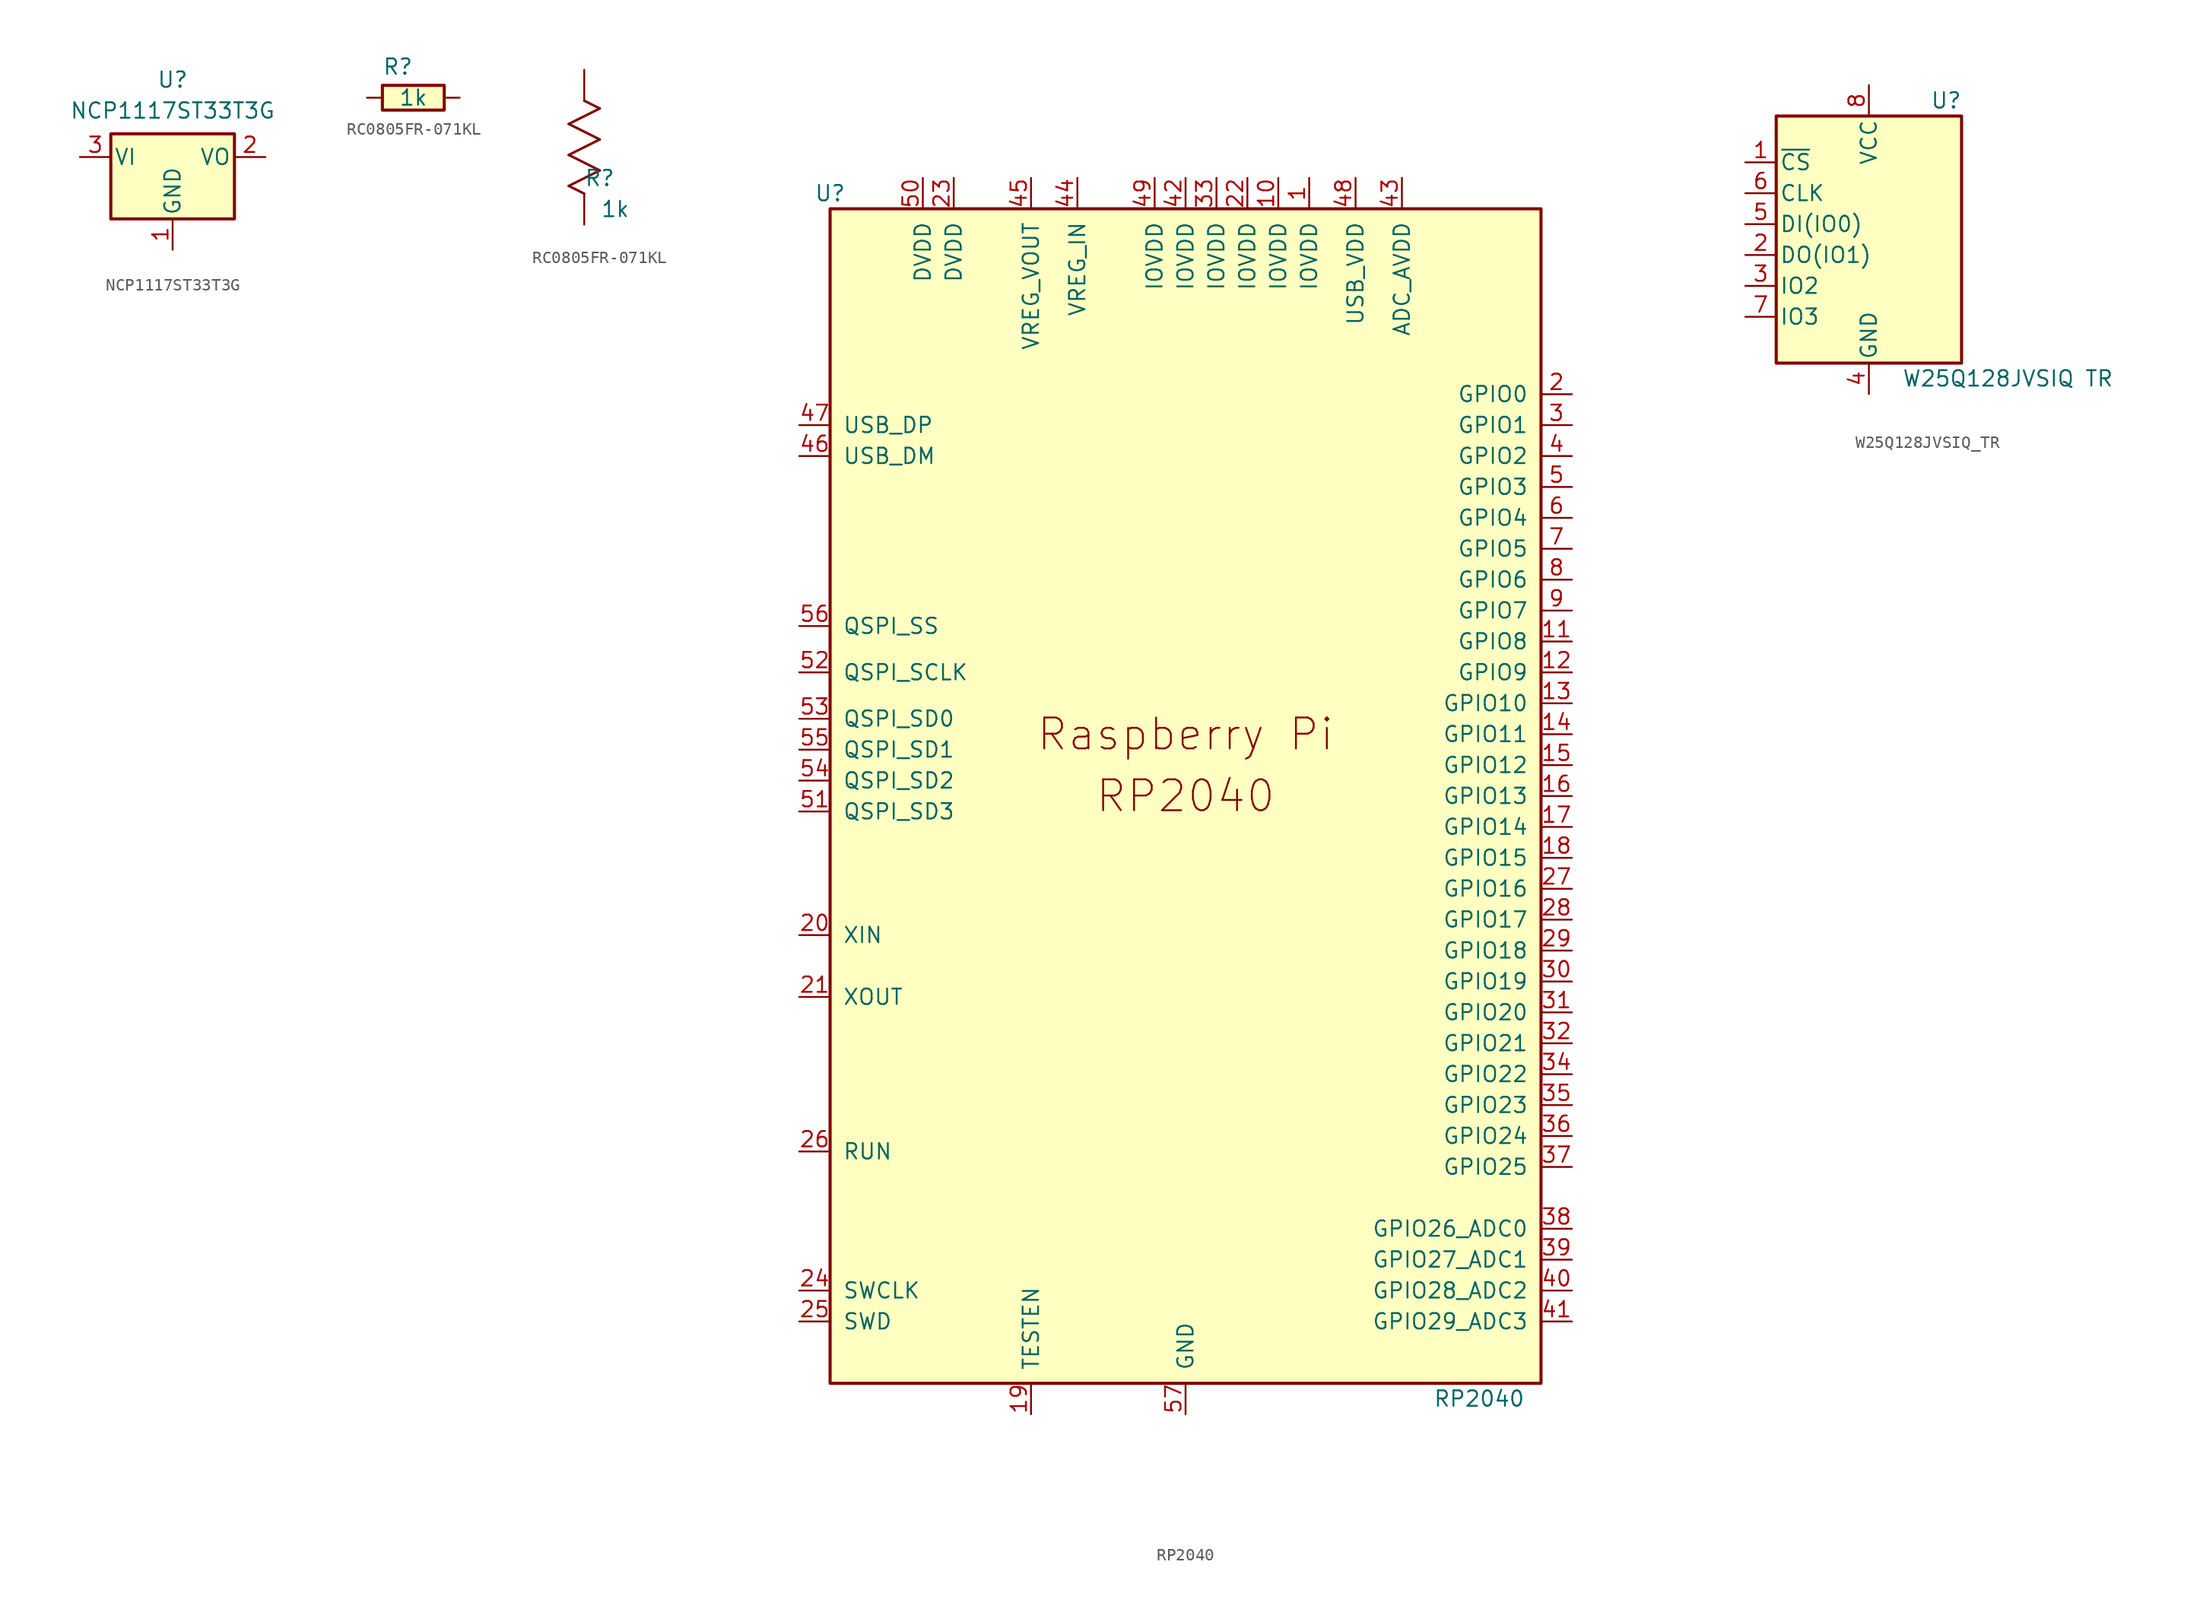
<source format=kicad_sym>
(kicad_symbol_lib
  (version 20220914)
  (generator kicad_symbol_editor)
  (symbol "NCP1117ST33T3G"
    (pin_names
      (offset 0.254))
    (property "Reference" "U"
      (at 35.56 5.08 0)
      (effects (font (size 1.27 1.27))))
    (property "Value" "NCP1117ST33T3G"
      (at 35.56 2.54 0)
      (effects (font (size 1.27 1.27))))
    (symbol "NCP1117ST33T3G_0_1"
      (rectangle (start 30.48 -6.35) (end 40.64 0.635) (stroke (width 0.254) (type default)) (fill (type background))))
    (symbol "NCP1117ST33T3G_1_1"
      (pin power_in line (at 35.56 -8.89 90) (length 2.54) (name "GND" (effects (font (size 1.27 1.27)))) (number "1" (effects (font (size 1.27 1.27)))))
      (pin power_out line (at 43.18 -1.27 180) (length 2.54) (name "VO" (effects (font (size 1.27 1.27)))) (number "2" (effects (font (size 1.27 1.27)))))
      (pin power_in line (at 27.94 -1.27 0) (length 2.54) (name "VI" (effects (font (size 1.27 1.27)))) (number "3" (effects (font (size 1.27 1.27)))))))
  (symbol "RC0805FR-071KL"
    (pin_numbers hide)
    (pin_names
      (offset 0) hide)
    (property "Reference" "R"
      (at 1.27 3.81 0)
      (effects (font (size 1.27 1.27))))
    (property "Value" "1k"
      (at 2.54 1.27 0)
      (effects (font (size 1.27 1.27))))
    (symbol "RC0805FR-071KL_1_1"
      (rectangle (start 0 2.286) (end 5.08 0.254) (stroke (width 0.254) (type default)) (fill (type background)))
      (pin passive line (at -1.27 1.27 0) (length 1.27) (name "~" (effects (font (size 1.27 1.27)))) (number "1" (effects (font (size 1.27 1.27)))))
      (pin passive line (at 6.35 1.27 180) (length 1.27) (name "~" (effects (font (size 1.27 1.27)))) (number "2" (effects (font (size 1.27 1.27))))))
    (symbol "RC0805FR-071KL_1_2"
      (polyline (pts (xy -1.27 3.175) (xy 1.27 4.445)) (stroke (width 0.203) (type default)) (fill (type none)))
      (polyline (pts (xy -1.27 5.715) (xy 1.27 6.985)) (stroke (width 0.203) (type default)) (fill (type none)))
      (polyline (pts (xy -1.27 8.255) (xy 1.27 9.525)) (stroke (width 0.203) (type default)) (fill (type none)))
      (polyline (pts (xy 0 2.54) (xy -1.27 3.175)) (stroke (width 0.203) (type default)) (fill (type none)))
      (polyline (pts (xy 1.27 4.445) (xy -1.27 5.715)) (stroke (width 0.203) (type default)) (fill (type none)))
      (polyline (pts (xy 1.27 6.985) (xy -1.27 8.255)) (stroke (width 0.203) (type default)) (fill (type none)))
      (polyline (pts (xy 1.27 9.525) (xy 0 10.16)) (stroke (width 0.203) (type default)) (fill (type none)))
      (pin unspecified line (at 0 12.7 270) (length 2.54) (name "" (effects (font (size 1.27 1.27)))) (number "1" (effects (font (size 1.27 1.27)))))
      (pin unspecified line (at 0 0 90) (length 2.54) (name "" (effects (font (size 1.27 1.27)))) (number "2" (effects (font (size 1.27 1.27)))))))
  (symbol "RP2040"
    (pin_names
      (offset 1.016))
    (property "Reference" "U"
      (at -29.21 49.53 0)
      (effects (font (size 1.27 1.27))))
    (property "Value" "RP2040"
      (at 24.13 -49.53 0)
      (effects (font (size 1.27 1.27))))
    (symbol "RP2040_0_0"
      (text "Raspberry Pi" (at 0 5.08 0) (effects (font (size 2.54 2.54))))
      (text "RP2040" (at 0 0 0) (effects (font (size 2.54 2.54)))))
    (symbol "RP2040_0_1"
      (rectangle (start -29.21 48.26) (end 29.21 -48.26) (stroke (width 0.254) (type solid)) (fill (type background))))
    (symbol "RP2040_1_1"
      (pin power_in line (at 10.16 50.8 270) (length 2.54) (name "IOVDD" (effects (font (size 1.27 1.27)))) (number "1" (effects (font (size 1.27 1.27)))))
      (pin power_in line (at 7.62 50.8 270) (length 2.54) (name "IOVDD" (effects (font (size 1.27 1.27)))) (number "10" (effects (font (size 1.27 1.27)))))
      (pin bidirectional line (at 31.75 12.7 180) (length 2.54) (name "GPIO8" (effects (font (size 1.27 1.27)))) (number "11" (effects (font (size 1.27 1.27)))))
      (pin bidirectional line (at 31.75 10.16 180) (length 2.54) (name "GPIO9" (effects (font (size 1.27 1.27)))) (number "12" (effects (font (size 1.27 1.27)))))
      (pin bidirectional line (at 31.75 7.62 180) (length 2.54) (name "GPIO10" (effects (font (size 1.27 1.27)))) (number "13" (effects (font (size 1.27 1.27)))))
      (pin bidirectional line (at 31.75 5.08 180) (length 2.54) (name "GPIO11" (effects (font (size 1.27 1.27)))) (number "14" (effects (font (size 1.27 1.27)))))
      (pin bidirectional line (at 31.75 2.54 180) (length 2.54) (name "GPIO12" (effects (font (size 1.27 1.27)))) (number "15" (effects (font (size 1.27 1.27)))))
      (pin bidirectional line (at 31.75 0 180) (length 2.54) (name "GPIO13" (effects (font (size 1.27 1.27)))) (number "16" (effects (font (size 1.27 1.27)))))
      (pin bidirectional line (at 31.75 -2.54 180) (length 2.54) (name "GPIO14" (effects (font (size 1.27 1.27)))) (number "17" (effects (font (size 1.27 1.27)))))
      (pin bidirectional line (at 31.75 -5.08 180) (length 2.54) (name "GPIO15" (effects (font (size 1.27 1.27)))) (number "18" (effects (font (size 1.27 1.27)))))
      (pin passive line (at -12.7 -50.8 90) (length 2.54) (name "TESTEN" (effects (font (size 1.27 1.27)))) (number "19" (effects (font (size 1.27 1.27)))))
      (pin bidirectional line (at 31.75 33.02 180) (length 2.54) (name "GPIO0" (effects (font (size 1.27 1.27)))) (number "2" (effects (font (size 1.27 1.27)))))
      (pin input line (at -31.75 -11.43 0) (length 2.54) (name "XIN" (effects (font (size 1.27 1.27)))) (number "20" (effects (font (size 1.27 1.27)))))
      (pin passive line (at -31.75 -16.51 0) (length 2.54) (name "XOUT" (effects (font (size 1.27 1.27)))) (number "21" (effects (font (size 1.27 1.27)))))
      (pin power_in line (at 5.08 50.8 270) (length 2.54) (name "IOVDD" (effects (font (size 1.27 1.27)))) (number "22" (effects (font (size 1.27 1.27)))))
      (pin power_in line (at -19.05 50.8 270) (length 2.54) (name "DVDD" (effects (font (size 1.27 1.27)))) (number "23" (effects (font (size 1.27 1.27)))))
      (pin output line (at -31.75 -40.64 0) (length 2.54) (name "SWCLK" (effects (font (size 1.27 1.27)))) (number "24" (effects (font (size 1.27 1.27)))))
      (pin bidirectional line (at -31.75 -43.18 0) (length 2.54) (name "SWD" (effects (font (size 1.27 1.27)))) (number "25" (effects (font (size 1.27 1.27)))))
      (pin input line (at -31.75 -29.21 0) (length 2.54) (name "RUN" (effects (font (size 1.27 1.27)))) (number "26" (effects (font (size 1.27 1.27)))))
      (pin bidirectional line (at 31.75 -7.62 180) (length 2.54) (name "GPIO16" (effects (font (size 1.27 1.27)))) (number "27" (effects (font (size 1.27 1.27)))))
      (pin bidirectional line (at 31.75 -10.16 180) (length 2.54) (name "GPIO17" (effects (font (size 1.27 1.27)))) (number "28" (effects (font (size 1.27 1.27)))))
      (pin bidirectional line (at 31.75 -12.7 180) (length 2.54) (name "GPIO18" (effects (font (size 1.27 1.27)))) (number "29" (effects (font (size 1.27 1.27)))))
      (pin bidirectional line (at 31.75 30.48 180) (length 2.54) (name "GPIO1" (effects (font (size 1.27 1.27)))) (number "3" (effects (font (size 1.27 1.27)))))
      (pin bidirectional line (at 31.75 -15.24 180) (length 2.54) (name "GPIO19" (effects (font (size 1.27 1.27)))) (number "30" (effects (font (size 1.27 1.27)))))
      (pin bidirectional line (at 31.75 -17.78 180) (length 2.54) (name "GPIO20" (effects (font (size 1.27 1.27)))) (number "31" (effects (font (size 1.27 1.27)))))
      (pin bidirectional line (at 31.75 -20.32 180) (length 2.54) (name "GPIO21" (effects (font (size 1.27 1.27)))) (number "32" (effects (font (size 1.27 1.27)))))
      (pin power_in line (at 2.54 50.8 270) (length 2.54) (name "IOVDD" (effects (font (size 1.27 1.27)))) (number "33" (effects (font (size 1.27 1.27)))))
      (pin bidirectional line (at 31.75 -22.86 180) (length 2.54) (name "GPIO22" (effects (font (size 1.27 1.27)))) (number "34" (effects (font (size 1.27 1.27)))))
      (pin bidirectional line (at 31.75 -25.4 180) (length 2.54) (name "GPIO23" (effects (font (size 1.27 1.27)))) (number "35" (effects (font (size 1.27 1.27)))))
      (pin bidirectional line (at 31.75 -27.94 180) (length 2.54) (name "GPIO24" (effects (font (size 1.27 1.27)))) (number "36" (effects (font (size 1.27 1.27)))))
      (pin bidirectional line (at 31.75 -30.48 180) (length 2.54) (name "GPIO25" (effects (font (size 1.27 1.27)))) (number "37" (effects (font (size 1.27 1.27)))))
      (pin bidirectional line (at 31.75 -35.56 180) (length 2.54) (name "GPIO26_ADC0" (effects (font (size 1.27 1.27)))) (number "38" (effects (font (size 1.27 1.27)))))
      (pin bidirectional line (at 31.75 -38.1 180) (length 2.54) (name "GPIO27_ADC1" (effects (font (size 1.27 1.27)))) (number "39" (effects (font (size 1.27 1.27)))))
      (pin bidirectional line (at 31.75 27.94 180) (length 2.54) (name "GPIO2" (effects (font (size 1.27 1.27)))) (number "4" (effects (font (size 1.27 1.27)))))
      (pin bidirectional line (at 31.75 -40.64 180) (length 2.54) (name "GPIO28_ADC2" (effects (font (size 1.27 1.27)))) (number "40" (effects (font (size 1.27 1.27)))))
      (pin bidirectional line (at 31.75 -43.18 180) (length 2.54) (name "GPIO29_ADC3" (effects (font (size 1.27 1.27)))) (number "41" (effects (font (size 1.27 1.27)))))
      (pin power_in line (at 0 50.8 270) (length 2.54) (name "IOVDD" (effects (font (size 1.27 1.27)))) (number "42" (effects (font (size 1.27 1.27)))))
      (pin power_in line (at 17.78 50.8 270) (length 2.54) (name "ADC_AVDD" (effects (font (size 1.27 1.27)))) (number "43" (effects (font (size 1.27 1.27)))))
      (pin power_in line (at -8.89 50.8 270) (length 2.54) (name "VREG_IN" (effects (font (size 1.27 1.27)))) (number "44" (effects (font (size 1.27 1.27)))))
      (pin power_out line (at -12.7 50.8 270) (length 2.54) (name "VREG_VOUT" (effects (font (size 1.27 1.27)))) (number "45" (effects (font (size 1.27 1.27)))))
      (pin bidirectional line (at -31.75 27.94 0) (length 2.54) (name "USB_DM" (effects (font (size 1.27 1.27)))) (number "46" (effects (font (size 1.27 1.27)))))
      (pin bidirectional line (at -31.75 30.48 0) (length 2.54) (name "USB_DP" (effects (font (size 1.27 1.27)))) (number "47" (effects (font (size 1.27 1.27)))))
      (pin power_in line (at 13.97 50.8 270) (length 2.54) (name "USB_VDD" (effects (font (size 1.27 1.27)))) (number "48" (effects (font (size 1.27 1.27)))))
      (pin power_in line (at -2.54 50.8 270) (length 2.54) (name "IOVDD" (effects (font (size 1.27 1.27)))) (number "49" (effects (font (size 1.27 1.27)))))
      (pin bidirectional line (at 31.75 25.4 180) (length 2.54) (name "GPIO3" (effects (font (size 1.27 1.27)))) (number "5" (effects (font (size 1.27 1.27)))))
      (pin power_in line (at -21.59 50.8 270) (length 2.54) (name "DVDD" (effects (font (size 1.27 1.27)))) (number "50" (effects (font (size 1.27 1.27)))))
      (pin bidirectional line (at -31.75 -1.27 0) (length 2.54) (name "QSPI_SD3" (effects (font (size 1.27 1.27)))) (number "51" (effects (font (size 1.27 1.27)))))
      (pin output line (at -31.75 10.16 0) (length 2.54) (name "QSPI_SCLK" (effects (font (size 1.27 1.27)))) (number "52" (effects (font (size 1.27 1.27)))))
      (pin bidirectional line (at -31.75 6.35 0) (length 2.54) (name "QSPI_SD0" (effects (font (size 1.27 1.27)))) (number "53" (effects (font (size 1.27 1.27)))))
      (pin bidirectional line (at -31.75 1.27 0) (length 2.54) (name "QSPI_SD2" (effects (font (size 1.27 1.27)))) (number "54" (effects (font (size 1.27 1.27)))))
      (pin bidirectional line (at -31.75 3.81 0) (length 2.54) (name "QSPI_SD1" (effects (font (size 1.27 1.27)))) (number "55" (effects (font (size 1.27 1.27)))))
      (pin bidirectional line (at -31.75 13.97 0) (length 2.54) (name "QSPI_SS" (effects (font (size 1.27 1.27)))) (number "56" (effects (font (size 1.27 1.27)))))
      (pin power_in line (at 0 -50.8 90) (length 2.54) (name "GND" (effects (font (size 1.27 1.27)))) (number "57" (effects (font (size 1.27 1.27)))))
      (pin bidirectional line (at 31.75 22.86 180) (length 2.54) (name "GPIO4" (effects (font (size 1.27 1.27)))) (number "6" (effects (font (size 1.27 1.27)))))
      (pin bidirectional line (at 31.75 20.32 180) (length 2.54) (name "GPIO5" (effects (font (size 1.27 1.27)))) (number "7" (effects (font (size 1.27 1.27)))))
      (pin bidirectional line (at 31.75 17.78 180) (length 2.54) (name "GPIO6" (effects (font (size 1.27 1.27)))) (number "8" (effects (font (size 1.27 1.27)))))
      (pin bidirectional line (at 31.75 15.24 180) (length 2.54) (name "GPIO7" (effects (font (size 1.27 1.27)))) (number "9" (effects (font (size 1.27 1.27)))))))
  (symbol "W25Q128JVSIQ_TR"
    (pin_names
      (offset 0.254))
    (property "Reference" "U"
      (at 6.35 8.89 0)
      (effects (font (size 1.27 1.27))))
    (property "Value" "W25Q128JVSIQ TR"
      (at 11.43 -13.97 0)
      (effects (font (size 1.27 1.27))))
    (symbol "W25Q128JVSIQ_TR_0_1"
      (rectangle (start -7.62 7.62) (end 7.62 -12.7) (stroke (width 0.254) (type default)) (fill (type background))))
    (symbol "W25Q128JVSIQ_TR_1_1"
      (pin input line (at -10.16 3.81 0) (length 2.54) (name "~{CS}" (effects (font (size 1.27 1.27)))) (number "1" (effects (font (size 1.27 1.27)))))
      (pin bidirectional line (at -10.16 -3.81 0) (length 2.54) (name "DO(IO1)" (effects (font (size 1.27 1.27)))) (number "2" (effects (font (size 1.27 1.27)))))
      (pin bidirectional line (at -10.16 -6.35 0) (length 2.54) (name "IO2" (effects (font (size 1.27 1.27)))) (number "3" (effects (font (size 1.27 1.27)))))
      (pin power_in line (at 0 -15.24 90) (length 2.54) (name "GND" (effects (font (size 1.27 1.27)))) (number "4" (effects (font (size 1.27 1.27)))))
      (pin bidirectional line (at -10.16 -1.27 0) (length 2.54) (name "DI(IO0)" (effects (font (size 1.27 1.27)))) (number "5" (effects (font (size 1.27 1.27)))))
      (pin input line (at -10.16 1.27 0) (length 2.54) (name "CLK" (effects (font (size 1.27 1.27)))) (number "6" (effects (font (size 1.27 1.27)))))
      (pin bidirectional line (at -10.16 -8.89 0) (length 2.54) (name "IO3" (effects (font (size 1.27 1.27)))) (number "7" (effects (font (size 1.27 1.27)))))
      (pin power_in line (at 0 10.16 270) (length 2.54) (name "VCC" (effects (font (size 1.27 1.27)))) (number "8" (effects (font (size 1.27 1.27))))))))
</source>
